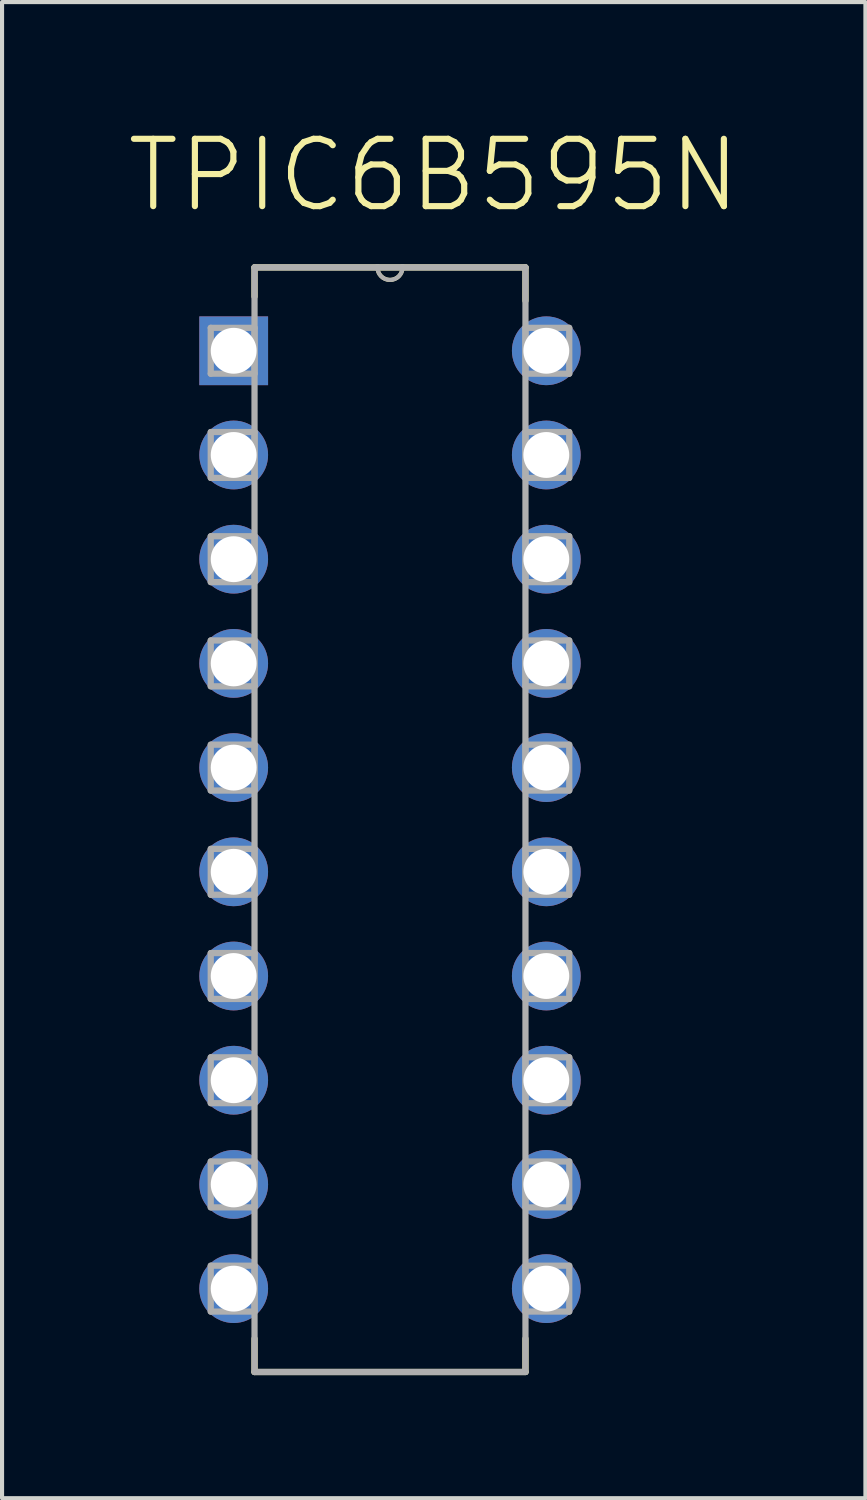
<source format=kicad_pcb>
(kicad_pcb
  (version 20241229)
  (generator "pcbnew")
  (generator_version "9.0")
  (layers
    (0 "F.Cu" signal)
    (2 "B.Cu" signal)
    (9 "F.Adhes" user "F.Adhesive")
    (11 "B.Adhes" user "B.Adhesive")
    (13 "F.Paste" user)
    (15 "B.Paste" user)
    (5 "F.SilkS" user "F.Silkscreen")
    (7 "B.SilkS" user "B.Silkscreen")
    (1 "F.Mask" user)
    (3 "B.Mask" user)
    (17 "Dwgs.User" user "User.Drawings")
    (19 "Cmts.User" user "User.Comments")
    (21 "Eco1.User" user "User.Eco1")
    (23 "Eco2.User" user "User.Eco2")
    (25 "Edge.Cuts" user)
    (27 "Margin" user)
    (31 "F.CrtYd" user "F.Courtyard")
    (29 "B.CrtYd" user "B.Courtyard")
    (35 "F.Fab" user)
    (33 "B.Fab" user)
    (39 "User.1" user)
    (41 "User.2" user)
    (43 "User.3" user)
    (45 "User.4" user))
  (footprint "TPIC6B595N"
    (layer "F.Cu")
    (at 10.266 28.36)
    (property "Reference" "TPIC6B595N" (at -2.744 -27.137 0) (layer "F.SilkS") (effects (font (size 1.641 1.641) (thickness 0.15))))
    (attr through_hole)
    (fp_line (start -7.112 -24.892) (end -7.112 -24.181) (stroke (width 0.152) (type solid)) (layer "F.SilkS"))
    (fp_line (start -7.112 1.219) (end -7.112 2.032) (stroke (width 0.152) (type solid)) (layer "F.SilkS"))
    (fp_line (start -7.112 2.032) (end -0.508 2.032) (stroke (width 0.152) (type solid)) (layer "F.SilkS"))
    (fp_line (start -4.115 -24.892) (end -7.112 -24.892) (stroke (width 0.152) (type solid)) (layer "F.SilkS"))
    (fp_line (start -3.505 -24.892) (end -4.115 -24.892) (stroke (width 0.152) (type solid)) (layer "F.SilkS"))
    (fp_line (start -0.508 -24.892) (end -3.505 -24.892) (stroke (width 0.152) (type solid)) (layer "F.SilkS"))
    (fp_line (start -0.508 -24.079) (end -0.508 -24.892) (stroke (width 0.152) (type solid)) (layer "F.SilkS"))
    (fp_line (start -0.508 2.032) (end -0.508 1.219) (stroke (width 0.152) (type solid)) (layer "F.SilkS"))
    (fp_arc (start -3.5052 -24.892) (mid -3.81 -24.5872) (end -4.1148 -24.892) (stroke (width 0.1) (type solid)) (layer "F.SilkS"))
    (fp_line (start -8.179 -23.419) (end -8.179 -22.301) (stroke (width 0.152) (type solid)) (layer "F.Fab"))
    (fp_line (start -8.179 -22.301) (end -7.112 -22.301) (stroke (width 0.152) (type solid)) (layer "F.Fab"))
    (fp_line (start -8.179 -20.879) (end -8.179 -19.761) (stroke (width 0.152) (type solid)) (layer "F.Fab"))
    (fp_line (start -8.179 -19.761) (end -7.112 -19.761) (stroke (width 0.152) (type solid)) (layer "F.Fab"))
    (fp_line (start -8.179 -18.339) (end -8.179 -17.221) (stroke (width 0.152) (type solid)) (layer "F.Fab"))
    (fp_line (start -8.179 -17.221) (end -7.112 -17.221) (stroke (width 0.152) (type solid)) (layer "F.Fab"))
    (fp_line (start -8.179 -15.799) (end -8.179 -14.681) (stroke (width 0.152) (type solid)) (layer "F.Fab"))
    (fp_line (start -8.179 -14.681) (end -7.112 -14.681) (stroke (width 0.152) (type solid)) (layer "F.Fab"))
    (fp_line (start -8.179 -13.259) (end -8.179 -12.141) (stroke (width 0.152) (type solid)) (layer "F.Fab"))
    (fp_line (start -8.179 -12.141) (end -7.112 -12.141) (stroke (width 0.152) (type solid)) (layer "F.Fab"))
    (fp_line (start -8.179 -10.719) (end -8.179 -9.601) (stroke (width 0.152) (type solid)) (layer "F.Fab"))
    (fp_line (start -8.179 -9.601) (end -7.112 -9.601) (stroke (width 0.152) (type solid)) (layer "F.Fab"))
    (fp_line (start -8.179 -8.179) (end -8.179 -7.061) (stroke (width 0.152) (type solid)) (layer "F.Fab"))
    (fp_line (start -8.179 -7.061) (end -7.112 -7.061) (stroke (width 0.152) (type solid)) (layer "F.Fab"))
    (fp_line (start -8.179 -5.639) (end -8.179 -4.521) (stroke (width 0.152) (type solid)) (layer "F.Fab"))
    (fp_line (start -8.179 -4.521) (end -7.112 -4.521) (stroke (width 0.152) (type solid)) (layer "F.Fab"))
    (fp_line (start -8.179 -3.099) (end -8.179 -1.981) (stroke (width 0.152) (type solid)) (layer "F.Fab"))
    (fp_line (start -8.179 -1.981) (end -7.112 -1.981) (stroke (width 0.152) (type solid)) (layer "F.Fab"))
    (fp_line (start -8.179 -0.559) (end -8.179 0.559) (stroke (width 0.152) (type solid)) (layer "F.Fab"))
    (fp_line (start -8.179 0.559) (end -7.112 0.559) (stroke (width 0.152) (type solid)) (layer "F.Fab"))
    (fp_line (start -7.112 -24.892) (end -7.112 2.032) (stroke (width 0.152) (type solid)) (layer "F.Fab"))
    (fp_line (start -7.112 -23.419) (end -8.179 -23.419) (stroke (width 0.152) (type solid)) (layer "F.Fab"))
    (fp_line (start -7.112 -22.301) (end -7.112 -23.419) (stroke (width 0.152) (type solid)) (layer "F.Fab"))
    (fp_line (start -7.112 -20.879) (end -8.179 -20.879) (stroke (width 0.152) (type solid)) (layer "F.Fab"))
    (fp_line (start -7.112 -19.761) (end -7.112 -20.879) (stroke (width 0.152) (type solid)) (layer "F.Fab"))
    (fp_line (start -7.112 -18.339) (end -8.179 -18.339) (stroke (width 0.152) (type solid)) (layer "F.Fab"))
    (fp_line (start -7.112 -17.221) (end -7.112 -18.339) (stroke (width 0.152) (type solid)) (layer "F.Fab"))
    (fp_line (start -7.112 -15.799) (end -8.179 -15.799) (stroke (width 0.152) (type solid)) (layer "F.Fab"))
    (fp_line (start -7.112 -14.681) (end -7.112 -15.799) (stroke (width 0.152) (type solid)) (layer "F.Fab"))
    (fp_line (start -7.112 -13.259) (end -8.179 -13.259) (stroke (width 0.152) (type solid)) (layer "F.Fab"))
    (fp_line (start -7.112 -12.141) (end -7.112 -13.259) (stroke (width 0.152) (type solid)) (layer "F.Fab"))
    (fp_line (start -7.112 -10.719) (end -8.179 -10.719) (stroke (width 0.152) (type solid)) (layer "F.Fab"))
    (fp_line (start -7.112 -9.601) (end -7.112 -10.719) (stroke (width 0.152) (type solid)) (layer "F.Fab"))
    (fp_line (start -7.112 -8.179) (end -8.179 -8.179) (stroke (width 0.152) (type solid)) (layer "F.Fab"))
    (fp_line (start -7.112 -7.061) (end -7.112 -8.179) (stroke (width 0.152) (type solid)) (layer "F.Fab"))
    (fp_line (start -7.112 -5.639) (end -8.179 -5.639) (stroke (width 0.152) (type solid)) (layer "F.Fab"))
    (fp_line (start -7.112 -4.521) (end -7.112 -5.639) (stroke (width 0.152) (type solid)) (layer "F.Fab"))
    (fp_line (start -7.112 -3.099) (end -8.179 -3.099) (stroke (width 0.152) (type solid)) (layer "F.Fab"))
    (fp_line (start -7.112 -1.981) (end -7.112 -3.099) (stroke (width 0.152) (type solid)) (layer "F.Fab"))
    (fp_line (start -7.112 -0.559) (end -8.179 -0.559) (stroke (width 0.152) (type solid)) (layer "F.Fab"))
    (fp_line (start -7.112 0.559) (end -7.112 -0.559) (stroke (width 0.152) (type solid)) (layer "F.Fab"))
    (fp_line (start -7.112 2.032) (end -0.508 2.032) (stroke (width 0.152) (type solid)) (layer "F.Fab"))
    (fp_line (start -4.115 -24.892) (end -7.112 -24.892) (stroke (width 0.152) (type solid)) (layer "F.Fab"))
    (fp_line (start -3.505 -24.892) (end -4.115 -24.892) (stroke (width 0.152) (type solid)) (layer "F.Fab"))
    (fp_line (start -0.508 -24.892) (end -3.505 -24.892) (stroke (width 0.152) (type solid)) (layer "F.Fab"))
    (fp_line (start -0.508 -23.419) (end -0.508 -22.301) (stroke (width 0.152) (type solid)) (layer "F.Fab"))
    (fp_line (start -0.508 -22.301) (end 0.559 -22.301) (stroke (width 0.152) (type solid)) (layer "F.Fab"))
    (fp_line (start -0.508 -20.879) (end -0.508 -19.761) (stroke (width 0.152) (type solid)) (layer "F.Fab"))
    (fp_line (start -0.508 -19.761) (end 0.559 -19.761) (stroke (width 0.152) (type solid)) (layer "F.Fab"))
    (fp_line (start -0.508 -18.339) (end -0.508 -17.221) (stroke (width 0.152) (type solid)) (layer "F.Fab"))
    (fp_line (start -0.508 -17.221) (end 0.559 -17.221) (stroke (width 0.152) (type solid)) (layer "F.Fab"))
    (fp_line (start -0.508 -15.799) (end -0.508 -14.681) (stroke (width 0.152) (type solid)) (layer "F.Fab"))
    (fp_line (start -0.508 -14.681) (end 0.559 -14.681) (stroke (width 0.152) (type solid)) (layer "F.Fab"))
    (fp_line (start -0.508 -13.259) (end -0.508 -12.141) (stroke (width 0.152) (type solid)) (layer "F.Fab"))
    (fp_line (start -0.508 -12.141) (end 0.559 -12.141) (stroke (width 0.152) (type solid)) (layer "F.Fab"))
    (fp_line (start -0.508 -10.719) (end -0.508 -9.601) (stroke (width 0.152) (type solid)) (layer "F.Fab"))
    (fp_line (start -0.508 -9.601) (end 0.559 -9.601) (stroke (width 0.152) (type solid)) (layer "F.Fab"))
    (fp_line (start -0.508 -8.179) (end -0.508 -7.061) (stroke (width 0.152) (type solid)) (layer "F.Fab"))
    (fp_line (start -0.508 -7.061) (end 0.559 -7.061) (stroke (width 0.152) (type solid)) (layer "F.Fab"))
    (fp_line (start -0.508 -5.639) (end -0.508 -4.521) (stroke (width 0.152) (type solid)) (layer "F.Fab"))
    (fp_line (start -0.508 -4.521) (end 0.559 -4.521) (stroke (width 0.152) (type solid)) (layer "F.Fab"))
    (fp_line (start -0.508 -3.099) (end -0.508 -1.981) (stroke (width 0.152) (type solid)) (layer "F.Fab"))
    (fp_line (start -0.508 -1.981) (end 0.559 -1.981) (stroke (width 0.152) (type solid)) (layer "F.Fab"))
    (fp_line (start -0.508 -0.559) (end -0.508 0.559) (stroke (width 0.152) (type solid)) (layer "F.Fab"))
    (fp_line (start -0.508 0.559) (end 0.559 0.559) (stroke (width 0.152) (type solid)) (layer "F.Fab"))
    (fp_line (start -0.508 2.032) (end -0.508 -24.892) (stroke (width 0.152) (type solid)) (layer "F.Fab"))
    (fp_line (start 0.559 -23.419) (end -0.508 -23.419) (stroke (width 0.152) (type solid)) (layer "F.Fab"))
    (fp_line (start 0.559 -22.301) (end 0.559 -23.419) (stroke (width 0.152) (type solid)) (layer "F.Fab"))
    (fp_line (start 0.559 -20.879) (end -0.508 -20.879) (stroke (width 0.152) (type solid)) (layer "F.Fab"))
    (fp_line (start 0.559 -19.761) (end 0.559 -20.879) (stroke (width 0.152) (type solid)) (layer "F.Fab"))
    (fp_line (start 0.559 -18.339) (end -0.508 -18.339) (stroke (width 0.152) (type solid)) (layer "F.Fab"))
    (fp_line (start 0.559 -17.221) (end 0.559 -18.339) (stroke (width 0.152) (type solid)) (layer "F.Fab"))
    (fp_line (start 0.559 -15.799) (end -0.508 -15.799) (stroke (width 0.152) (type solid)) (layer "F.Fab"))
    (fp_line (start 0.559 -14.681) (end 0.559 -15.799) (stroke (width 0.152) (type solid)) (layer "F.Fab"))
    (fp_line (start 0.559 -13.259) (end -0.508 -13.259) (stroke (width 0.152) (type solid)) (layer "F.Fab"))
    (fp_line (start 0.559 -12.141) (end 0.559 -13.259) (stroke (width 0.152) (type solid)) (layer "F.Fab"))
    (fp_line (start 0.559 -10.719) (end -0.508 -10.719) (stroke (width 0.152) (type solid)) (layer "F.Fab"))
    (fp_line (start 0.559 -9.601) (end 0.559 -10.719) (stroke (width 0.152) (type solid)) (layer "F.Fab"))
    (fp_line (start 0.559 -8.179) (end -0.508 -8.179) (stroke (width 0.152) (type solid)) (layer "F.Fab"))
    (fp_line (start 0.559 -7.061) (end 0.559 -8.179) (stroke (width 0.152) (type solid)) (layer "F.Fab"))
    (fp_line (start 0.559 -5.639) (end -0.508 -5.639) (stroke (width 0.152) (type solid)) (layer "F.Fab"))
    (fp_line (start 0.559 -4.521) (end 0.559 -5.639) (stroke (width 0.152) (type solid)) (layer "F.Fab"))
    (fp_line (start 0.559 -3.099) (end -0.508 -3.099) (stroke (width 0.152) (type solid)) (layer "F.Fab"))
    (fp_line (start 0.559 -1.981) (end 0.559 -3.099) (stroke (width 0.152) (type solid)) (layer "F.Fab"))
    (fp_line (start 0.559 -0.559) (end -0.508 -0.559) (stroke (width 0.152) (type solid)) (layer "F.Fab"))
    (fp_line (start 0.559 0.559) (end 0.559 -0.559) (stroke (width 0.152) (type solid)) (layer "F.Fab"))
    (fp_arc (start -3.5052 -24.892) (mid -3.81 -24.5872) (end -4.1148 -24.892) (stroke (width 0.1) (type solid)) (layer "F.Fab"))
    (pad "1" thru_hole rect (at -7.62 -22.86) (size 1.676 1.676) (drill 1.118) (layers "*.Cu" "*.Mask"))
    (pad "2" thru_hole circle (at -7.62 -20.32) (size 1.676 1.676) (drill 1.118) (layers "*.Cu" "*.Mask"))
    (pad "3" thru_hole circle (at -7.62 -17.78) (size 1.676 1.676) (drill 1.118) (layers "*.Cu" "*.Mask"))
    (pad "4" thru_hole circle (at -7.62 -15.24) (size 1.676 1.676) (drill 1.118) (layers "*.Cu" "*.Mask"))
    (pad "5" thru_hole circle (at -7.62 -12.7) (size 1.676 1.676) (drill 1.118) (layers "*.Cu" "*.Mask"))
    (pad "6" thru_hole circle (at -7.62 -10.16) (size 1.676 1.676) (drill 1.118) (layers "*.Cu" "*.Mask"))
    (pad "7" thru_hole circle (at -7.62 -7.62) (size 1.676 1.676) (drill 1.118) (layers "*.Cu" "*.Mask"))
    (pad "8" thru_hole circle (at -7.62 -5.08) (size 1.676 1.676) (drill 1.118) (layers "*.Cu" "*.Mask"))
    (pad "9" thru_hole circle (at -7.62 -2.54) (size 1.676 1.676) (drill 1.118) (layers "*.Cu" "*.Mask"))
    (pad "10" thru_hole circle (at -7.62 0) (size 1.676 1.676) (drill 1.118) (layers "*.Cu" "*.Mask"))
    (pad "11" thru_hole circle (at 0 0) (size 1.676 1.676) (drill 1.118) (layers "*.Cu" "*.Mask"))
    (pad "12" thru_hole circle (at 0 -2.54) (size 1.676 1.676) (drill 1.118) (layers "*.Cu" "*.Mask"))
    (pad "13" thru_hole circle (at 0 -5.08) (size 1.676 1.676) (drill 1.118) (layers "*.Cu" "*.Mask"))
    (pad "14" thru_hole circle (at 0 -7.62) (size 1.676 1.676) (drill 1.118) (layers "*.Cu" "*.Mask"))
    (pad "15" thru_hole circle (at 0 -10.16) (size 1.676 1.676) (drill 1.118) (layers "*.Cu" "*.Mask"))
    (pad "16" thru_hole circle (at 0 -12.7) (size 1.676 1.676) (drill 1.118) (layers "*.Cu" "*.Mask"))
    (pad "17" thru_hole circle (at 0 -15.24) (size 1.676 1.676) (drill 1.118) (layers "*.Cu" "*.Mask"))
    (pad "18" thru_hole circle (at 0 -17.78) (size 1.676 1.676) (drill 1.118) (layers "*.Cu" "*.Mask"))
    (pad "19" thru_hole circle (at 0 -20.32) (size 1.676 1.676) (drill 1.118) (layers "*.Cu" "*.Mask"))
    (pad "20" thru_hole circle (at 0 -22.86) (size 1.676 1.676) (drill 1.118) (layers "*.Cu" "*.Mask")))
  (gr_rect
    (start -3 -3)
    (end 18.044 33.468)
    (stroke (width 0.1) (type default))
    (fill no)
    (layer "Edge.Cuts")))
</source>
